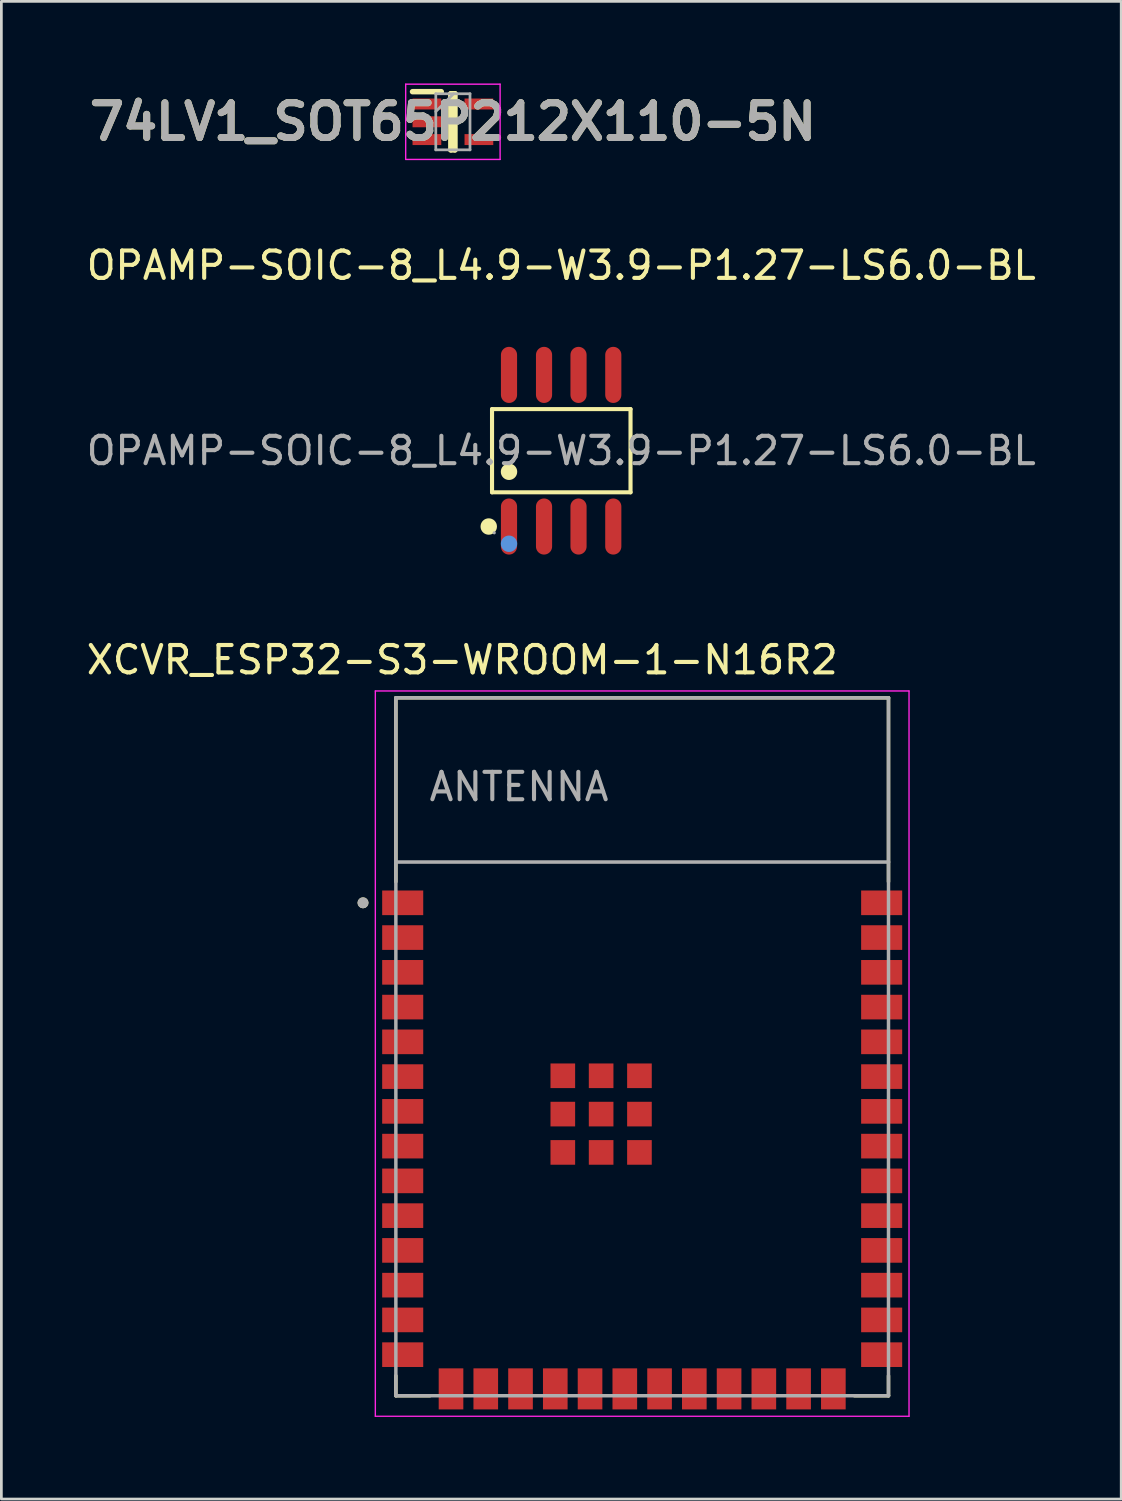
<source format=kicad_pcb>
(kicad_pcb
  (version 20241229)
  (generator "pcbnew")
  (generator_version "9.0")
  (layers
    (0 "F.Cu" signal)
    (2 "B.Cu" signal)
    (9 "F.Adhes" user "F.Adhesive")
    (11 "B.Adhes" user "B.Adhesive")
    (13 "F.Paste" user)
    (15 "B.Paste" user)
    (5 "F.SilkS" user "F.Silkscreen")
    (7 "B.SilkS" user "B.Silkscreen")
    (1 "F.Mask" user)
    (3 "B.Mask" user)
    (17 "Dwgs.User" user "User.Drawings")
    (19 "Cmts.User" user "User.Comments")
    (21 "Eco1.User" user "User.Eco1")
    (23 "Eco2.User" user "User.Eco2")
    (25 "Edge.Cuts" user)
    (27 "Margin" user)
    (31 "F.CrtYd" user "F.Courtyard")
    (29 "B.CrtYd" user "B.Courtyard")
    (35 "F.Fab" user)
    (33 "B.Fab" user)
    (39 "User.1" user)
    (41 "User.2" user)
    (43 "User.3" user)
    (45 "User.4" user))
  (footprint "74LV1_SOT65P212X110-5N"
    (layer "F.Cu")
    (at 13.498 1.4)
    (property "Reference" "74LV1_SOT65P212X110-5N" (at 0 0 0) (layer "F.SilkS") (effects (font (size 1.27 1.27) (thickness 0.254))))
    (attr smd)
    (fp_line (start -1.475 -1.1) (end -0.425 -1.1) (stroke (width 0.2) (type solid)) (layer "F.SilkS"))
    (fp_line (start -0.075 -1.025) (end 0.075 -1.025) (stroke (width 0.2) (type solid)) (layer "F.SilkS"))
    (fp_line (start -0.075 1.025) (end -0.075 -1.025) (stroke (width 0.2) (type solid)) (layer "F.SilkS"))
    (fp_line (start 0.075 -1.025) (end 0.075 1.025) (stroke (width 0.2) (type solid)) (layer "F.SilkS"))
    (fp_line (start 0.075 1.025) (end -0.075 1.025) (stroke (width 0.2) (type solid)) (layer "F.SilkS"))
    (fp_line (start -1.725 -1.375) (end 1.725 -1.375) (stroke (width 0.05) (type solid)) (layer "F.CrtYd"))
    (fp_line (start -1.725 1.375) (end -1.725 -1.375) (stroke (width 0.05) (type solid)) (layer "F.CrtYd"))
    (fp_line (start 1.725 -1.375) (end 1.725 1.375) (stroke (width 0.05) (type solid)) (layer "F.CrtYd"))
    (fp_line (start 1.725 1.375) (end -1.725 1.375) (stroke (width 0.05) (type solid)) (layer "F.CrtYd"))
    (fp_line (start -0.625 -1.025) (end 0.625 -1.025) (stroke (width 0.1) (type solid)) (layer "F.Fab"))
    (fp_line (start -0.625 -0.375) (end 0.025 -1.025) (stroke (width 0.1) (type solid)) (layer "F.Fab"))
    (fp_line (start -0.625 1.025) (end -0.625 -1.025) (stroke (width 0.1) (type solid)) (layer "F.Fab"))
    (fp_line (start 0.625 -1.025) (end 0.625 1.025) (stroke (width 0.1) (type solid)) (layer "F.Fab"))
    (fp_line (start 0.625 1.025) (end -0.625 1.025) (stroke (width 0.1) (type solid)) (layer "F.Fab"))
    (fp_text user "${REFERENCE}" (at 0 0 0) (layer "F.Fab") (effects (font (size 1.27 1.27) (thickness 0.254))))
    (pad "1" smd rect (at -0.95 -0.65 90) (size 0.4 1.05) (layers "F.Cu" "F.Mask" "F.Paste"))
    (pad "2" smd rect (at -0.95 0 90) (size 0.4 1.05) (layers "F.Cu" "F.Mask" "F.Paste"))
    (pad "3" smd rect (at -0.95 0.65 90) (size 0.4 1.05) (layers "F.Cu" "F.Mask" "F.Paste"))
    (pad "4" smd rect (at 0.95 0.65 90) (size 0.4 1.05) (layers "F.Cu" "F.Mask" "F.Paste"))
    (pad "5" smd rect (at 0.95 -0.65 90) (size 0.4 1.05) (layers "F.Cu" "F.Mask" "F.Paste")))
  (footprint "XCVR_ESP32-S3-WROOM-1-N16R2"
    (layer "F.Cu")
    (at 20.414 35.197)
    (property "Reference" "XCVR_ESP32-S3-WROOM-1-N16R2" (at -6.575 -14.135 0) (layer "F.SilkS") (effects (font (size 1 1) (thickness 0.15))))
    (attr smd)
    (fp_line (start -9 -12.75) (end 9 -12.75) (stroke (width 0.127) (type solid)) (layer "F.SilkS"))
    (fp_line (start -9 -6.03) (end -9 -12.75) (stroke (width 0.127) (type solid)) (layer "F.SilkS"))
    (fp_line (start -9 12.02) (end -9 12.75) (stroke (width 0.127) (type solid)) (layer "F.SilkS"))
    (fp_line (start -9 12.75) (end -7.755 12.75) (stroke (width 0.127) (type solid)) (layer "F.SilkS"))
    (fp_line (start 9 -12.75) (end 9 -6.03) (stroke (width 0.127) (type solid)) (layer "F.SilkS"))
    (fp_line (start 9 12.02) (end 9 12.75) (stroke (width 0.127) (type solid)) (layer "F.SilkS"))
    (fp_line (start 9 12.75) (end 7.755 12.75) (stroke (width 0.127) (type solid)) (layer "F.SilkS"))
    (fp_circle (center -10.2 -5.26) (end -10.1 -5.26) (stroke (width 0.2) (type solid)) (fill no) (layer "F.SilkS"))
    (fp_line (start -9.75 -13) (end 9.75 -13) (stroke (width 0.05) (type solid)) (layer "F.CrtYd"))
    (fp_line (start -9.75 13.5) (end -9.75 -13) (stroke (width 0.05) (type solid)) (layer "F.CrtYd"))
    (fp_line (start -9.75 13.5) (end 9.75 13.5) (stroke (width 0.05) (type solid)) (layer "F.CrtYd"))
    (fp_line (start 9.75 -13) (end 9.75 13.5) (stroke (width 0.05) (type solid)) (layer "F.CrtYd"))
    (fp_line (start -9 -12.75) (end 9 -12.75) (stroke (width 0.127) (type solid)) (layer "F.Fab"))
    (fp_line (start -9 -6.75) (end -9 -12.75) (stroke (width 0.127) (type solid)) (layer "F.Fab"))
    (fp_line (start -9 -6.75) (end 9 -6.75) (stroke (width 0.127) (type solid)) (layer "F.Fab"))
    (fp_line (start -9 12.75) (end -9 -6.75) (stroke (width 0.127) (type solid)) (layer "F.Fab"))
    (fp_line (start 9 -12.75) (end 9 -6.75) (stroke (width 0.127) (type solid)) (layer "F.Fab"))
    (fp_line (start 9 -6.75) (end 9 12.75) (stroke (width 0.127) (type solid)) (layer "F.Fab"))
    (fp_line (start 9 12.75) (end -9 12.75) (stroke (width 0.127) (type solid)) (layer "F.Fab"))
    (fp_circle (center -10.2 -5.26) (end -10.1 -5.26) (stroke (width 0.2) (type solid)) (fill no) (layer "F.Fab"))
    (fp_text user "ANTENNA" (at -4.5 -9.5 0) (layer "F.Fab") (effects (font (size 1 1) (thickness 0.15))))
    (pad "1" smd rect (at -8.75 -5.26) (size 1.5 0.9) (layers "F.Cu" "F.Mask" "F.Paste"))
    (pad "2" smd rect (at -8.75 -3.99) (size 1.5 0.9) (layers "F.Cu" "F.Mask" "F.Paste"))
    (pad "3" smd rect (at -8.75 -2.72) (size 1.5 0.9) (layers "F.Cu" "F.Mask" "F.Paste"))
    (pad "4" smd rect (at -8.75 -1.45) (size 1.5 0.9) (layers "F.Cu" "F.Mask" "F.Paste"))
    (pad "5" smd rect (at -8.75 -0.18) (size 1.5 0.9) (layers "F.Cu" "F.Mask" "F.Paste"))
    (pad "6" smd rect (at -8.75 1.09) (size 1.5 0.9) (layers "F.Cu" "F.Mask" "F.Paste"))
    (pad "7" smd rect (at -8.75 2.36) (size 1.5 0.9) (layers "F.Cu" "F.Mask" "F.Paste"))
    (pad "8" smd rect (at -8.75 3.63) (size 1.5 0.9) (layers "F.Cu" "F.Mask" "F.Paste"))
    (pad "9" smd rect (at -8.75 4.9) (size 1.5 0.9) (layers "F.Cu" "F.Mask" "F.Paste"))
    (pad "10" smd rect (at -8.75 6.17) (size 1.5 0.9) (layers "F.Cu" "F.Mask" "F.Paste"))
    (pad "11" smd rect (at -8.75 7.44) (size 1.5 0.9) (layers "F.Cu" "F.Mask" "F.Paste"))
    (pad "12" smd rect (at -8.75 8.71) (size 1.5 0.9) (layers "F.Cu" "F.Mask" "F.Paste"))
    (pad "13" smd rect (at -8.75 9.98) (size 1.5 0.9) (layers "F.Cu" "F.Mask" "F.Paste"))
    (pad "14" smd rect (at -8.75 11.25) (size 1.5 0.9) (layers "F.Cu" "F.Mask" "F.Paste"))
    (pad "15" smd rect (at -6.985 12.5) (size 0.9 1.5) (layers "F.Cu" "F.Mask" "F.Paste"))
    (pad "16" smd rect (at -5.715 12.5) (size 0.9 1.5) (layers "F.Cu" "F.Mask" "F.Paste"))
    (pad "17" smd rect (at -4.445 12.5) (size 0.9 1.5) (layers "F.Cu" "F.Mask" "F.Paste"))
    (pad "18" smd rect (at -3.175 12.5) (size 0.9 1.5) (layers "F.Cu" "F.Mask" "F.Paste"))
    (pad "19" smd rect (at -1.905 12.5) (size 0.9 1.5) (layers "F.Cu" "F.Mask" "F.Paste"))
    (pad "20" smd rect (at -0.635 12.5) (size 0.9 1.5) (layers "F.Cu" "F.Mask" "F.Paste"))
    (pad "21" smd rect (at 0.635 12.5) (size 0.9 1.5) (layers "F.Cu" "F.Mask" "F.Paste"))
    (pad "22" smd rect (at 1.905 12.5) (size 0.9 1.5) (layers "F.Cu" "F.Mask" "F.Paste"))
    (pad "23" smd rect (at 3.175 12.5) (size 0.9 1.5) (layers "F.Cu" "F.Mask" "F.Paste"))
    (pad "24" smd rect (at 4.445 12.5) (size 0.9 1.5) (layers "F.Cu" "F.Mask" "F.Paste"))
    (pad "25" smd rect (at 5.715 12.5) (size 0.9 1.5) (layers "F.Cu" "F.Mask" "F.Paste"))
    (pad "26" smd rect (at 6.985 12.5) (size 0.9 1.5) (layers "F.Cu" "F.Mask" "F.Paste"))
    (pad "27" smd rect (at 8.75 11.25) (size 1.5 0.9) (layers "F.Cu" "F.Mask" "F.Paste"))
    (pad "28" smd rect (at 8.75 9.98) (size 1.5 0.9) (layers "F.Cu" "F.Mask" "F.Paste"))
    (pad "29" smd rect (at 8.75 8.71) (size 1.5 0.9) (layers "F.Cu" "F.Mask" "F.Paste"))
    (pad "30" smd rect (at 8.75 7.44) (size 1.5 0.9) (layers "F.Cu" "F.Mask" "F.Paste"))
    (pad "31" smd rect (at 8.75 6.17) (size 1.5 0.9) (layers "F.Cu" "F.Mask" "F.Paste"))
    (pad "32" smd rect (at 8.75 4.9) (size 1.5 0.9) (layers "F.Cu" "F.Mask" "F.Paste"))
    (pad "33" smd rect (at 8.75 3.63) (size 1.5 0.9) (layers "F.Cu" "F.Mask" "F.Paste"))
    (pad "34" smd rect (at 8.75 2.36) (size 1.5 0.9) (layers "F.Cu" "F.Mask" "F.Paste"))
    (pad "35" smd rect (at 8.75 1.09) (size 1.5 0.9) (layers "F.Cu" "F.Mask" "F.Paste"))
    (pad "36" smd rect (at 8.75 -0.18) (size 1.5 0.9) (layers "F.Cu" "F.Mask" "F.Paste"))
    (pad "37" smd rect (at 8.75 -1.45) (size 1.5 0.9) (layers "F.Cu" "F.Mask" "F.Paste"))
    (pad "38" smd rect (at 8.75 -2.72) (size 1.5 0.9) (layers "F.Cu" "F.Mask" "F.Paste"))
    (pad "39" smd rect (at 8.75 -3.99) (size 1.5 0.9) (layers "F.Cu" "F.Mask" "F.Paste"))
    (pad "40" smd rect (at 8.75 -5.26) (size 1.5 0.9) (layers "F.Cu" "F.Mask" "F.Paste"))
    (pad "41_1" smd rect (at -1.5 2.46) (size 0.9 0.9) (layers "F.Cu" "F.Mask" "F.Paste"))
    (pad "41_2" smd rect (at -2.9 2.46) (size 0.9 0.9) (layers "F.Cu" "F.Mask" "F.Paste"))
    (pad "41_3" smd rect (at -0.1 2.46) (size 0.9 0.9) (layers "F.Cu" "F.Mask" "F.Paste"))
    (pad "41_4" smd rect (at -2.9 3.86) (size 0.9 0.9) (layers "F.Cu" "F.Mask" "F.Paste"))
    (pad "41_5" smd rect (at -1.5 3.86) (size 0.9 0.9) (layers "F.Cu" "F.Mask" "F.Paste"))
    (pad "41_6" smd rect (at -0.1 3.86) (size 0.9 0.9) (layers "F.Cu" "F.Mask" "F.Paste"))
    (pad "41_7" smd rect (at -2.9 1.06) (size 0.9 0.9) (layers "F.Cu" "F.Mask" "F.Paste"))
    (pad "41_8" smd rect (at -1.5 1.06) (size 0.9 0.9) (layers "F.Cu" "F.Mask" "F.Paste"))
    (pad "41_9" smd rect (at -0.1 1.06) (size 0.9 0.9) (layers "F.Cu" "F.Mask" "F.Paste"))
    (zone (net_name "") (layer "F.Cu") (hatch full 0.508) (connect_pads) (min_thickness 0.01) (filled_areas_thickness no) (keepout (tracks not_allowed) (vias not_allowed) (pads not_allowed) (copperpour not_allowed) (footprints allowed)) (placement (enabled no)) (fill) (polygon (pts (xy 11.414 22.447) (xy 29.414 22.447) (xy 29.414 28.447) (xy 11.414 28.447))))
    (zone (net_name "") (layers "F.Cu" "B.Cu") (hatch full 0.508) (connect_pads) (min_thickness 0.01) (filled_areas_thickness no) (keepout (tracks allowed) (vias not_allowed) (pads allowed) (copperpour allowed) (footprints allowed)) (placement (enabled no)) (fill) (polygon (pts (xy 11.414 22.447) (xy 29.414 22.447) (xy 29.414 28.447) (xy 11.414 28.447))))
    (zone (net_name "") (layer "B.Cu") (hatch full 0.508) (connect_pads) (min_thickness 0.01) (filled_areas_thickness no) (keepout (tracks not_allowed) (vias not_allowed) (pads not_allowed) (copperpour not_allowed) (footprints allowed)) (placement (enabled no)) (fill) (polygon (pts (xy 11.414 22.447) (xy 29.414 22.447) (xy 29.414 28.447) (xy 11.414 28.447)))))
  (footprint "OPAMP-SOIC-8_L4.9-W3.9-P1.27-LS6.0-BL"
    (layer "F.Cu")
    (at 17.458 13.418)
    (property "Reference" "OPAMP-SOIC-8_L4.9-W3.9-P1.27-LS6.0-BL" (at 0 -6.77 0) (layer "F.SilkS") (effects (font (size 1 1) (thickness 0.15))))
    (attr smd)
    (fp_line (start -2.53 -1.52) (end 2.53 -1.52) (stroke (width 0.15) (type solid)) (layer "F.SilkS"))
    (fp_line (start -2.53 1.52) (end -2.53 -1.52) (stroke (width 0.15) (type solid)) (layer "F.SilkS"))
    (fp_line (start 2.53 -1.52) (end 2.53 1.52) (stroke (width 0.15) (type solid)) (layer "F.SilkS"))
    (fp_line (start 2.53 1.52) (end -2.53 1.52) (stroke (width 0.15) (type solid)) (layer "F.SilkS"))
    (fp_circle (center -2.65 2.77) (end -2.5 2.77) (stroke (width 0.3) (type solid)) (fill no) (layer "F.SilkS"))
    (fp_circle (center -1.91 0.77) (end -1.76 0.77) (stroke (width 0.3) (type solid)) (fill no) (layer "F.SilkS"))
    (fp_circle (center -1.91 3.4) (end -1.76 3.4) (stroke (width 0.3) (type solid)) (fill no) (layer "Cmts.User"))
    (fp_circle (center -2.45 3) (end -2.42 3) (stroke (width 0.06) (type solid)) (fill no) (layer "F.Fab"))
    (fp_text user "${REFERENCE}" (at 0 0 0) (layer "F.Fab") (effects (font (size 1 1) (thickness 0.15))))
    (pad "1" smd oval (at -1.91 2.77) (size 0.59 2.05) (layers "F.Cu" "F.Mask" "F.Paste"))
    (pad "2" smd oval (at -0.63 2.77) (size 0.59 2.05) (layers "F.Cu" "F.Mask" "F.Paste"))
    (pad "3" smd oval (at 0.63 2.77) (size 0.59 2.05) (layers "F.Cu" "F.Mask" "F.Paste"))
    (pad "4" smd oval (at 1.9 2.77) (size 0.59 2.05) (layers "F.Cu" "F.Mask" "F.Paste"))
    (pad "5" smd oval (at 1.9 -2.77) (size 0.59 2.05) (layers "F.Cu" "F.Mask" "F.Paste"))
    (pad "6" smd oval (at 0.63 -2.77) (size 0.59 2.05) (layers "F.Cu" "F.Mask" "F.Paste"))
    (pad "7" smd oval (at -0.63 -2.77) (size 0.59 2.05) (layers "F.Cu" "F.Mask" "F.Paste"))
    (pad "8" smd oval (at -1.91 -2.77) (size 0.59 2.05) (layers "F.Cu" "F.Mask" "F.Paste")))
  (gr_rect
    (start -3 -3)
    (end 37.917 51.721)
    (stroke (width 0.1) (type default))
    (fill no)
    (layer "Edge.Cuts")))
</source>
